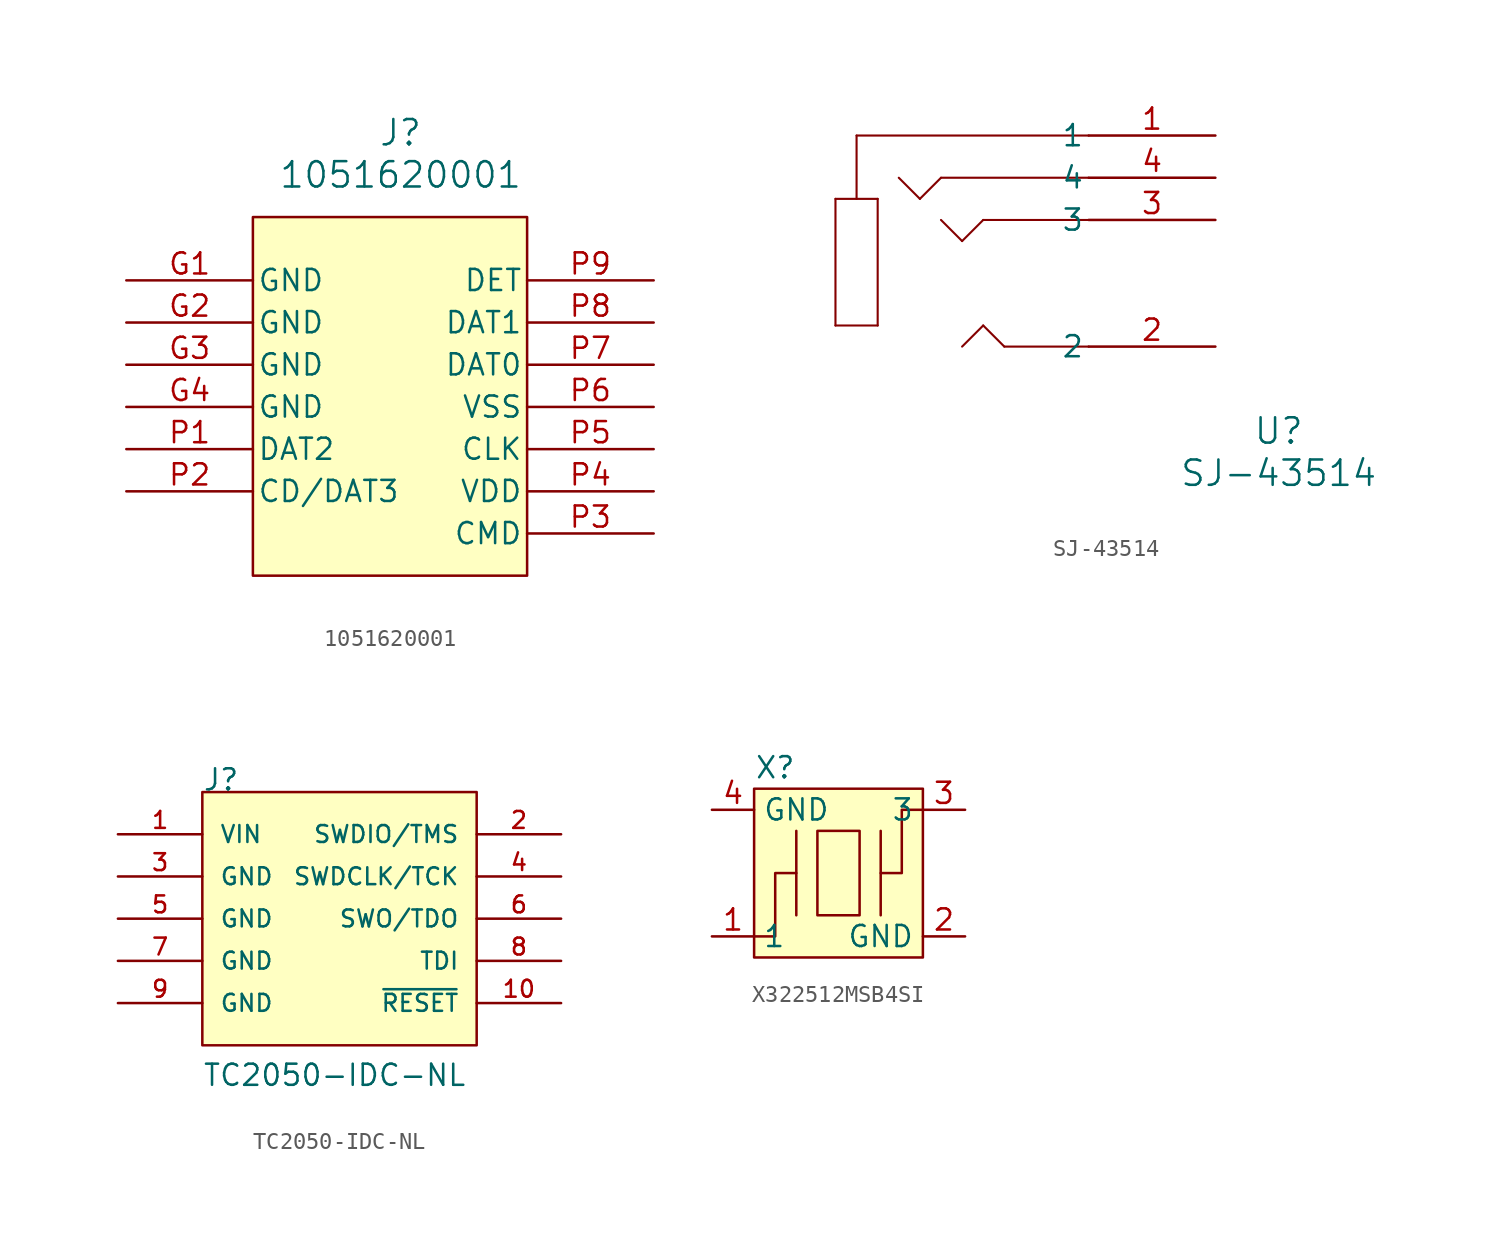
<source format=kicad_sym>
(kicad_symbol_lib
  (version 20241209)
  (generator "kicad_symbol_editor")
  (generator_version "9.0")
  (symbol "1051620001"
    (pin_names
      (offset 0.254))
    (property "Reference" "J"
      (at 0 15.24 0)
      (effects (font (size 1.524 1.524))))
    (property "Value" "1051620001"
      (at 0 12.7 0)
      (effects (font (size 1.524 1.524))))
    (symbol "1051620001_0_1"
      (pin bidirectional line (at -16.51 -3.81 0) (length 7.62) (name "DAT2" (effects (font (size 1.27 1.27)))) (number "P1" (effects (font (size 1.27 1.27)))))
      (pin bidirectional line (at 15.24 3.81 180) (length 7.62) (name "DAT1" (effects (font (size 1.27 1.27)))) (number "P8" (effects (font (size 1.27 1.27)))))
      (pin bidirectional line (at 15.24 1.27 180) (length 7.62) (name "DAT0" (effects (font (size 1.27 1.27)))) (number "P7" (effects (font (size 1.27 1.27)))))
      (pin power_out line (at 15.24 -1.27 180) (length 7.62) (name "VSS" (effects (font (size 1.27 1.27)))) (number "P6" (effects (font (size 1.27 1.27)))))
      (pin power_in line (at 15.24 -6.35 180) (length 7.62) (name "VDD" (effects (font (size 1.27 1.27)))) (number "P4" (effects (font (size 1.27 1.27))))))
    (symbol "1051620001_1_1"
      (rectangle (start -8.89 10.16) (end 7.62 -11.43) (stroke (width 0) (type default)) (fill (type background)))
      (pin power_in line (at -16.51 6.35 0) (length 7.62) (name "GND" (effects (font (size 1.27 1.27)))) (number "G1" (effects (font (size 1.27 1.27)))))
      (pin power_in line (at -16.51 3.81 0) (length 7.62) (name "GND" (effects (font (size 1.27 1.27)))) (number "G2" (effects (font (size 1.27 1.27)))))
      (pin power_in line (at -16.51 1.27 0) (length 7.62) (name "GND" (effects (font (size 1.27 1.27)))) (number "G3" (effects (font (size 1.27 1.27)))))
      (pin power_in line (at -16.51 -1.27 0) (length 7.62) (name "GND" (effects (font (size 1.27 1.27)))) (number "G4" (effects (font (size 1.27 1.27)))))
      (pin bidirectional line (at -16.51 -6.35 0) (length 7.62) (name "CD/DAT3" (effects (font (size 1.27 1.27)))) (number "P2" (effects (font (size 1.27 1.27)))))
      (pin output line (at 15.24 6.35 180) (length 7.62) (name "DET" (effects (font (size 1.27 1.27)))) (number "P9" (effects (font (size 1.27 1.27)))))
      (pin input line (at 15.24 -3.81 180) (length 7.62) (name "CLK" (effects (font (size 1.27 1.27)))) (number "P5" (effects (font (size 1.27 1.27)))))
      (pin input line (at 15.24 -8.89 180) (length 7.62) (name "CMD" (effects (font (size 1.27 1.27)))) (number "P3" (effects (font (size 1.27 1.27)))))))
  (symbol "SJ-43514"
    (pin_names
      (offset 0.254))
    (property "Reference" "U"
      (at 13.97 -10.16 0)
      (effects (font (size 1.524 1.524))))
    (property "Value" "SJ-43514"
      (at 13.97 -12.7 0)
      (effects (font (size 1.524 1.524))))
    (symbol "SJ-43514_0_1"
      (polyline (pts (xy -12.7 3.81) (xy -10.16 3.81)) (stroke (width 0.127) (type default)) (fill (type none)))
      (polyline (pts (xy -12.7 -3.81) (xy -12.7 3.81)) (stroke (width 0.127) (type default)) (fill (type none)))
      (polyline (pts (xy -11.43 7.62) (xy -11.43 3.81)) (stroke (width 0.127) (type default)) (fill (type none)))
      (polyline (pts (xy -10.16 -3.81) (xy -12.7 -3.81)) (stroke (width 0.127) (type default)) (fill (type none)))
      (polyline (pts (xy -7.62 3.81) (xy -8.89 5.08)) (stroke (width 0.127) (type default)) (fill (type none)))
      (polyline (pts (xy -7.62 3.81) (xy -6.35 5.08)) (stroke (width 0.127) (type default)) (fill (type none)))
      (polyline (pts (xy -5.08 1.27) (xy -6.35 2.54)) (stroke (width 0.127) (type default)) (fill (type none)))
      (polyline (pts (xy -3.81 2.54) (xy -5.08 1.27)) (stroke (width 0.127) (type default)) (fill (type none)))
      (polyline (pts (xy -3.81 -3.81) (xy -5.08 -5.08)) (stroke (width 0.127) (type default)) (fill (type none)))
      (polyline (pts (xy -2.54 -5.08) (xy -3.81 -3.81)) (stroke (width 0.127) (type default)) (fill (type none)))
      (polyline (pts (xy 2.54 7.62) (xy -11.43 7.62)) (stroke (width 0.127) (type default)) (fill (type none)))
      (polyline (pts (xy 2.54 5.08) (xy -6.35 5.08)) (stroke (width 0.127) (type default)) (fill (type none)))
      (polyline (pts (xy 2.54 2.54) (xy -3.81 2.54)) (stroke (width 0.127) (type default)) (fill (type none)))
      (polyline (pts (xy 2.54 -5.08) (xy -2.54 -5.08)) (stroke (width 0.127) (type default)) (fill (type none)))
      (pin unspecified line (at 10.16 5.08 180) (length 7.62) (name "4" (effects (font (size 1.27 1.27)))) (number "4" (effects (font (size 1.27 1.27)))))
      (pin unspecified line (at 10.16 2.54 180) (length 7.62) (name "3" (effects (font (size 1.27 1.27)))) (number "3" (effects (font (size 1.27 1.27)))))
      (pin unspecified line (at 10.16 -5.08 180) (length 7.62) (name "2" (effects (font (size 1.27 1.27)))) (number "2" (effects (font (size 1.27 1.27))))))
    (symbol "SJ-43514_1_1"
      (polyline (pts (xy -10.16 3.81) (xy -10.16 -3.81)) (stroke (width 0.127) (type default)) (fill (type none)))
      (pin unspecified line (at 10.16 7.62 180) (length 7.62) (name "1" (effects (font (size 1.27 1.27)))) (number "1" (effects (font (size 1.27 1.27)))))))
  (symbol "TC2050-IDC-NL"
    (pin_names
      (offset 1.016))
    (property "Reference" "J"
      (at -8.89 7.62 0)
      (effects (font (size 1.27 1.27)) (justify left bottom)))
    (property "Value" "TC2050-IDC-NL"
      (at -8.89 -10.16 0)
      (effects (font (size 1.27 1.27)) (justify left bottom)))
    (symbol "TC2050-IDC-NL_0_0"
      (rectangle (start -8.89 7.62) (end 7.62 -7.62) (stroke (width 0.152) (type solid)) (fill (type background))))
    (symbol "TC2050-IDC-NL_1_0"
      (pin power_in line (at -13.97 5.08 0) (length 5.08) (name "VIN" (effects (font (size 1.016 1.016)))) (number "1" (effects (font (size 1.016 1.016)))))
      (pin power_in line (at -13.97 2.54 0) (length 5.08) (name "GND" (effects (font (size 1.016 1.016)))) (number "3" (effects (font (size 1.016 1.016)))))
      (pin power_in line (at -13.97 0 0) (length 5.08) (name "GND" (effects (font (size 1.016 1.016)))) (number "5" (effects (font (size 1.016 1.016)))))
      (pin power_in line (at -13.97 -2.54 0) (length 5.08) (name "GND" (effects (font (size 1.016 1.016)))) (number "7" (effects (font (size 1.016 1.016)))))
      (pin power_in line (at -13.97 -5.08 0) (length 5.08) (name "GND" (effects (font (size 1.016 1.016)))) (number "9" (effects (font (size 1.016 1.016)))))
      (pin output line (at 12.7 5.08 180) (length 5.08) (name "SWDIO/TMS" (effects (font (size 1.016 1.016)))) (number "2" (effects (font (size 1.016 1.016)))))
      (pin output line (at 12.7 2.54 180) (length 5.08) (name "SWDCLK/TCK" (effects (font (size 1.016 1.016)))) (number "4" (effects (font (size 1.016 1.016)))))
      (pin output line (at 12.7 0 180) (length 5.08) (name "SWO/TDO" (effects (font (size 1.016 1.016)))) (number "6" (effects (font (size 1.016 1.016)))))
      (pin input line (at 12.7 -2.54 180) (length 5.08) (name "TDI" (effects (font (size 1.016 1.016)))) (number "8" (effects (font (size 1.016 1.016)))))
      (pin output line (at 12.7 -5.08 180) (length 5.08) (name "~{RESET}" (effects (font (size 1.016 1.016)))) (number "10" (effects (font (size 1.016 1.016)))))))
  (symbol "X322512MSB4SI"
    (property "Reference" "X"
      (at -3.81 6.35 0)
      (effects (font (size 1.27 1.27))))
    (property "Value" ""
      (at 0 0 0)
      (effects (font (size 1.27 1.27))))
    (symbol "X322512MSB4SI_0_1"
      (polyline (pts (xy -2.54 2.54) (xy -2.54 -2.54)) (stroke (width 0) (type default)) (fill (type none)))
      (polyline (pts (xy -2.54 0) (xy -3.81 0) (xy -3.81 -3.81) (xy -5.08 -3.81)) (stroke (width 0) (type default)) (fill (type none)))
      (rectangle (start -1.27 2.54) (end 1.27 -2.54) (stroke (width 0) (type default)) (fill (type none)))
      (polyline (pts (xy 2.54 2.54) (xy 2.54 -2.54)) (stroke (width 0) (type default)) (fill (type none)))
      (polyline (pts (xy 2.54 0) (xy 3.81 0) (xy 3.81 3.81) (xy 5.08 3.81)) (stroke (width 0) (type default)) (fill (type none))))
    (symbol "X322512MSB4SI_1_1"
      (rectangle (start -5.08 5.08) (end 5.08 -5.08) (stroke (width 0) (type default)) (fill (type background)))
      (pin input line (at -7.62 3.81 0) (length 2.54) (name "GND" (effects (font (size 1.27 1.27)))) (number "4" (effects (font (size 1.27 1.27)))))
      (pin input line (at -7.62 -3.81 0) (length 2.54) (name "1" (effects (font (size 1.27 1.27)))) (number "1" (effects (font (size 1.27 1.27)))))
      (pin input line (at 7.62 3.81 180) (length 2.54) (name "3" (effects (font (size 1.27 1.27)))) (number "3" (effects (font (size 1.27 1.27)))))
      (pin input line (at 7.62 -3.81 180) (length 2.54) (name "GND" (effects (font (size 1.27 1.27)))) (number "2" (effects (font (size 1.27 1.27))))))))
</source>
